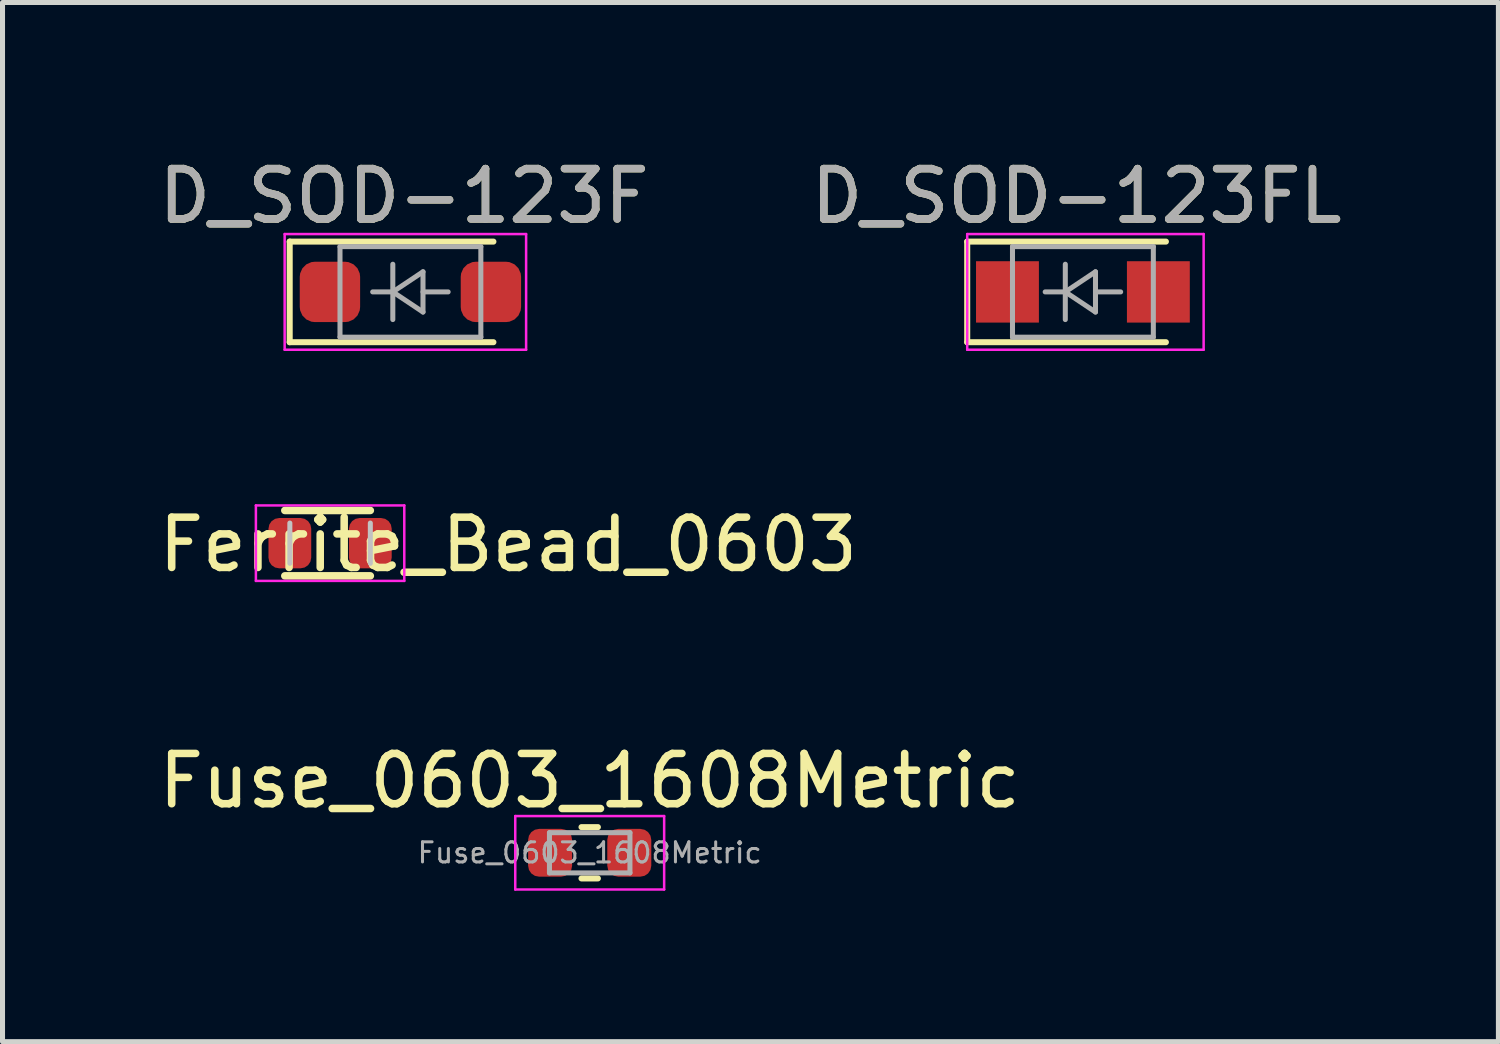
<source format=kicad_pcb>
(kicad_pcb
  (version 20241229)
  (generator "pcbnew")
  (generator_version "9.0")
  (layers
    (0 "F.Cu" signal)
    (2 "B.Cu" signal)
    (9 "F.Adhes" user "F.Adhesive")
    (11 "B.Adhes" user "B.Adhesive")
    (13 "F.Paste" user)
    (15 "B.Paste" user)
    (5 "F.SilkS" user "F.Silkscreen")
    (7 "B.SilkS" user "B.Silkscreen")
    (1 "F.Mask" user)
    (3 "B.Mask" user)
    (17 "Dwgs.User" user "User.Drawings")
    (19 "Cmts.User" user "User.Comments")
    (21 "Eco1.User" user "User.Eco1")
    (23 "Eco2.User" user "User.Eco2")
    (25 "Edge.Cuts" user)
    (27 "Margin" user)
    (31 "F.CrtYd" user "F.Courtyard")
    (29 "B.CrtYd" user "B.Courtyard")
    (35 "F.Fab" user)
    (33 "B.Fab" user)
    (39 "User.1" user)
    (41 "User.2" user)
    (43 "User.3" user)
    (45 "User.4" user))
  (footprint "D_SOD-123F"
    (layer "F.Cu")
    (at 5.109 2.753)
    (property "Reference" "D_SOD-123F" (at -0.127 -1.905 0) (layer "F.SilkS") (effects (font (size 1 1) (thickness 0.15))))
    (attr smd)
    (fp_line (start -2.4 -1) (end -2.4 1) (stroke (width 0.12) (type solid)) (layer "F.SilkS"))
    (fp_line (start -2.4 -1) (end 1.65 -1) (stroke (width 0.12) (type solid)) (layer "F.SilkS"))
    (fp_line (start -2.4 1) (end 1.65 1) (stroke (width 0.12) (type solid)) (layer "F.SilkS"))
    (fp_line (start -2.5 -1.15) (end -2.5 1.15) (stroke (width 0.05) (type solid)) (layer "F.CrtYd"))
    (fp_line (start -2.5 -1.15) (end 2.3 -1.15) (stroke (width 0.05) (type solid)) (layer "F.CrtYd"))
    (fp_line (start 2.3 -1.15) (end 2.3 1.15) (stroke (width 0.05) (type solid)) (layer "F.CrtYd"))
    (fp_line (start 2.3 1.15) (end -2.5 1.15) (stroke (width 0.05) (type solid)) (layer "F.CrtYd"))
    (fp_line (start -1.4 -0.9) (end 1.4 -0.9) (stroke (width 0.1) (type solid)) (layer "F.Fab"))
    (fp_line (start -1.4 0.9) (end -1.4 -0.9) (stroke (width 0.1) (type solid)) (layer "F.Fab"))
    (fp_line (start -0.75 0) (end -0.35 0) (stroke (width 0.1) (type solid)) (layer "F.Fab"))
    (fp_line (start -0.35 0) (end -0.35 -0.55) (stroke (width 0.1) (type solid)) (layer "F.Fab"))
    (fp_line (start -0.35 0) (end -0.35 0.55) (stroke (width 0.1) (type solid)) (layer "F.Fab"))
    (fp_line (start -0.35 0) (end 0.25 -0.4) (stroke (width 0.1) (type solid)) (layer "F.Fab"))
    (fp_line (start 0.25 -0.4) (end 0.25 0.4) (stroke (width 0.1) (type solid)) (layer "F.Fab"))
    (fp_line (start 0.25 0) (end 0.75 0) (stroke (width 0.1) (type solid)) (layer "F.Fab"))
    (fp_line (start 0.25 0.4) (end -0.35 0) (stroke (width 0.1) (type solid)) (layer "F.Fab"))
    (fp_line (start 1.4 -0.9) (end 1.4 0.9) (stroke (width 0.1) (type solid)) (layer "F.Fab"))
    (fp_line (start 1.4 0.9) (end -1.4 0.9) (stroke (width 0.1) (type solid)) (layer "F.Fab"))
    (fp_text user "${REFERENCE}" (at -0.127 -1.905 0) (layer "F.Fab") (effects (font (size 1 1) (thickness 0.15))))
    (pad "1" smd roundrect (at -1.6 0) (size 1.2 1.2) (layers "F.Cu" "F.Mask" "F.Paste") (roundrect_rratio 0.25))
    (pad "2" smd roundrect (at 1.6 0) (size 1.2 1.2) (layers "F.Cu" "F.Mask" "F.Paste") (roundrect_rratio 0.25)))
  (footprint "Ferrite_Bead_0603"
    (layer "F.Cu")
    (at 3.512 7.748)
    (property "Reference" "Ferrite_Bead_0603" (at 3.542 0.028 0) (layer "F.SilkS") (effects (font (size 1 1) (thickness 0.15))))
    (attr smd)
    (fp_line (start -0.9 -0.65) (end 0.8 -0.65) (stroke (width 0.15) (type solid)) (layer "F.SilkS"))
    (fp_line (start -0.9 0.65) (end 0.8 0.65) (stroke (width 0.15) (type solid)) (layer "F.SilkS"))
    (fp_line (start -0.8 0.4) (end -0.8 -0.4) (stroke (width 0.1) (type solid)) (layer "Dwgs.User"))
    (fp_line (start 0.8 -0.4) (end 0.8 0.4) (stroke (width 0.1) (type solid)) (layer "Dwgs.User"))
    (fp_line (start -1.475 -0.75) (end 1.475 -0.75) (stroke (width 0.05) (type solid)) (layer "F.CrtYd"))
    (fp_line (start -1.475 0.75) (end -1.475 -0.75) (stroke (width 0.05) (type solid)) (layer "F.CrtYd"))
    (fp_line (start 1.475 -0.75) (end 1.475 0.75) (stroke (width 0.05) (type solid)) (layer "F.CrtYd"))
    (fp_line (start 1.475 0.75) (end -1.475 0.75) (stroke (width 0.05) (type solid)) (layer "F.CrtYd"))
    (pad "1" smd roundrect (at -0.8 0) (size 0.85 1) (layers "F.Cu" "F.Mask" "F.Paste") (roundrect_rratio 0.25))
    (pad "2" smd roundrect (at 0.8 0) (size 0.85 1) (layers "F.Cu" "F.Mask" "F.Paste") (roundrect_rratio 0.25)))
  (footprint "Fuse_0603_1608Metric"
    (layer "F.Cu")
    (at 8.673 13.903)
    (property "Reference" "Fuse_0603_1608Metric" (at 0 -1.43 0) (layer "F.SilkS") (effects (font (size 1 1) (thickness 0.15))))
    (attr smd)
    (fp_line (start -0.163 -0.51) (end 0.163 -0.51) (stroke (width 0.12) (type solid)) (layer "F.SilkS"))
    (fp_line (start -0.163 0.51) (end 0.163 0.51) (stroke (width 0.12) (type solid)) (layer "F.SilkS"))
    (fp_line (start -1.48 -0.73) (end 1.48 -0.73) (stroke (width 0.05) (type solid)) (layer "F.CrtYd"))
    (fp_line (start -1.48 0.73) (end -1.48 -0.73) (stroke (width 0.05) (type solid)) (layer "F.CrtYd"))
    (fp_line (start 1.48 -0.73) (end 1.48 0.73) (stroke (width 0.05) (type solid)) (layer "F.CrtYd"))
    (fp_line (start 1.48 0.73) (end -1.48 0.73) (stroke (width 0.05) (type solid)) (layer "F.CrtYd"))
    (fp_line (start -0.8 -0.4) (end 0.8 -0.4) (stroke (width 0.1) (type solid)) (layer "F.Fab"))
    (fp_line (start -0.8 0.4) (end -0.8 -0.4) (stroke (width 0.1) (type solid)) (layer "F.Fab"))
    (fp_line (start 0.8 -0.4) (end 0.8 0.4) (stroke (width 0.1) (type solid)) (layer "F.Fab"))
    (fp_line (start 0.8 0.4) (end -0.8 0.4) (stroke (width 0.1) (type solid)) (layer "F.Fab"))
    (fp_text user "${REFERENCE}" (at 0 0 0) (layer "F.Fab") (effects (font (size 0.4 0.4) (thickness 0.06))))
    (pad "1" smd roundrect (at -0.787 0) (size 0.875 0.95) (layers "F.Cu" "F.Mask" "F.Paste") (roundrect_rratio 0.25))
    (pad "2" smd roundrect (at 0.787 0) (size 0.875 0.95) (layers "F.Cu" "F.Mask" "F.Paste") (roundrect_rratio 0.25)))
  (footprint "D_SOD-123FL"
    (layer "F.Cu")
    (at 18.478 2.753)
    (property "Reference" "D_SOD-123FL" (at -0.127 -1.905 0) (layer "F.SilkS") (effects (font (size 1 1) (thickness 0.15))))
    (attr smd)
    (fp_line (start -2.3 -1) (end -2.3 1) (stroke (width 0.12) (type solid)) (layer "F.SilkS"))
    (fp_line (start -2.3 -1) (end 1.65 -1) (stroke (width 0.12) (type solid)) (layer "F.SilkS"))
    (fp_line (start -2.3 1) (end 1.65 1) (stroke (width 0.12) (type solid)) (layer "F.SilkS"))
    (fp_line (start -2.3 -1.15) (end -2.3 1.15) (stroke (width 0.05) (type solid)) (layer "F.CrtYd"))
    (fp_line (start -2.3 -1.15) (end 2.4 -1.15) (stroke (width 0.05) (type solid)) (layer "F.CrtYd"))
    (fp_line (start 2.4 -1.15) (end 2.4 1.15) (stroke (width 0.05) (type solid)) (layer "F.CrtYd"))
    (fp_line (start 2.4 1.15) (end -2.3 1.15) (stroke (width 0.05) (type solid)) (layer "F.CrtYd"))
    (fp_line (start -1.4 -0.9) (end 1.4 -0.9) (stroke (width 0.1) (type solid)) (layer "F.Fab"))
    (fp_line (start -1.4 0.9) (end -1.4 -0.9) (stroke (width 0.1) (type solid)) (layer "F.Fab"))
    (fp_line (start -0.75 0) (end -0.35 0) (stroke (width 0.1) (type solid)) (layer "F.Fab"))
    (fp_line (start -0.35 0) (end -0.35 -0.55) (stroke (width 0.1) (type solid)) (layer "F.Fab"))
    (fp_line (start -0.35 0) (end -0.35 0.55) (stroke (width 0.1) (type solid)) (layer "F.Fab"))
    (fp_line (start -0.35 0) (end 0.25 -0.4) (stroke (width 0.1) (type solid)) (layer "F.Fab"))
    (fp_line (start 0.25 -0.4) (end 0.25 0.4) (stroke (width 0.1) (type solid)) (layer "F.Fab"))
    (fp_line (start 0.25 0) (end 0.75 0) (stroke (width 0.1) (type solid)) (layer "F.Fab"))
    (fp_line (start 0.25 0.4) (end -0.35 0) (stroke (width 0.1) (type solid)) (layer "F.Fab"))
    (fp_line (start 1.4 -0.9) (end 1.4 0.9) (stroke (width 0.1) (type solid)) (layer "F.Fab"))
    (fp_line (start 1.4 0.9) (end -1.4 0.9) (stroke (width 0.1) (type solid)) (layer "F.Fab"))
    (fp_text user "${REFERENCE}" (at -0.127 -1.905 0) (layer "F.Fab") (effects (font (size 1 1) (thickness 0.15))))
    (pad "1" smd rect (at -1.5 0) (size 1.25 1.22) (layers "F.Cu" "F.Mask" "F.Paste"))
    (pad "2" smd rect (at 1.5 0) (size 1.25 1.22) (layers "F.Cu" "F.Mask" "F.Paste")))
  (gr_rect
    (start -3 -3)
    (end 26.738 17.658)
    (stroke (width 0.1) (type default))
    (fill no)
    (layer "Edge.Cuts")))
</source>
